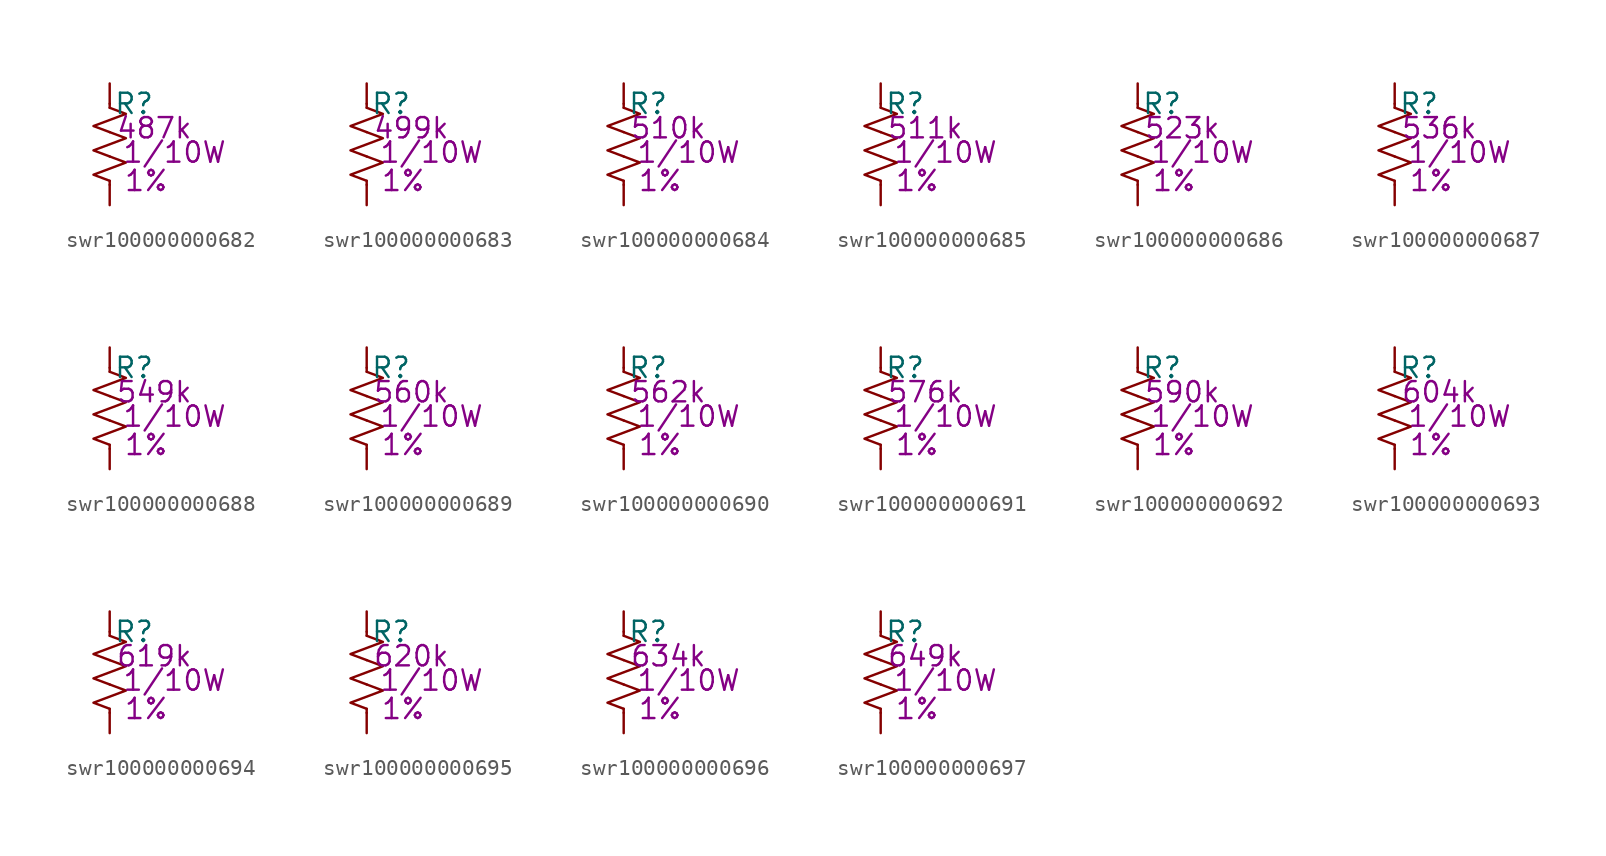
<source format=kicad_sym>
(kicad_symbol_lib
  (version 20211014)
  (generator kicad_symbol_editor)
  (symbol "swr100000000682"
    (pin_numbers hide)
    (pin_names
      (offset 1.016))
    (property "Reference" "R"
      (at 1.524 2.54 0)
      (effects (font (size 1.27 1.27))))
    (property "Tolerance" "1%"
      (at 2.286 -2.286 0)
      (effects (font (size 1.27 1.27))))
    (property "Wattage" "1/10W"
      (at 4.064 -0.508 0)
      (effects (font (size 1.27 1.27))))
    (property "PartValue" "487k"
      (at 2.794 1.016 0)
      (effects (font (size 1.27 1.27))))
    (symbol "swr100000000682_1_1"
      (polyline (pts (xy 0 -2.286) (xy 0 -2.54)) (stroke (width 0) (type default) (color 0 0 0 0)) (fill (type none)))
      (polyline (pts (xy 0 2.286) (xy 0 2.54)) (stroke (width 0) (type default) (color 0 0 0 0)) (fill (type none)))
      (polyline (pts (xy 0 -0.762) (xy 1.016 -1.143) (xy 0 -1.524) (xy -1.016 -1.905) (xy 0 -2.286)) (stroke (width 0) (type default) (color 0 0 0 0)) (fill (type none)))
      (polyline (pts (xy 0 0.762) (xy 1.016 0.381) (xy 0 0) (xy -1.016 -0.381) (xy 0 -0.762)) (stroke (width 0) (type default) (color 0 0 0 0)) (fill (type none)))
      (polyline (pts (xy 0 2.286) (xy 1.016 1.905) (xy 0 1.524) (xy -1.016 1.143) (xy 0 0.762)) (stroke (width 0) (type default) (color 0 0 0 0)) (fill (type none)))
      (pin passive line (at 0 3.81 270) (length 1.27) (name "~" (effects (font (size 1.27 1.27)))) (number "1" (effects (font (size 1.27 1.27)))))
      (pin passive line (at 0 -3.81 90) (length 1.27) (name "~" (effects (font (size 1.27 1.27)))) (number "2" (effects (font (size 1.27 1.27)))))))
  (symbol "swr100000000683"
    (pin_numbers hide)
    (pin_names
      (offset 1.016))
    (property "Reference" "R"
      (at 1.524 2.54 0)
      (effects (font (size 1.27 1.27))))
    (property "Tolerance" "1%"
      (at 2.286 -2.286 0)
      (effects (font (size 1.27 1.27))))
    (property "Wattage" "1/10W"
      (at 4.064 -0.508 0)
      (effects (font (size 1.27 1.27))))
    (property "PartValue" "499k"
      (at 2.794 1.016 0)
      (effects (font (size 1.27 1.27))))
    (symbol "swr100000000683_1_1"
      (polyline (pts (xy 0 -2.286) (xy 0 -2.54)) (stroke (width 0) (type default) (color 0 0 0 0)) (fill (type none)))
      (polyline (pts (xy 0 2.286) (xy 0 2.54)) (stroke (width 0) (type default) (color 0 0 0 0)) (fill (type none)))
      (polyline (pts (xy 0 -0.762) (xy 1.016 -1.143) (xy 0 -1.524) (xy -1.016 -1.905) (xy 0 -2.286)) (stroke (width 0) (type default) (color 0 0 0 0)) (fill (type none)))
      (polyline (pts (xy 0 0.762) (xy 1.016 0.381) (xy 0 0) (xy -1.016 -0.381) (xy 0 -0.762)) (stroke (width 0) (type default) (color 0 0 0 0)) (fill (type none)))
      (polyline (pts (xy 0 2.286) (xy 1.016 1.905) (xy 0 1.524) (xy -1.016 1.143) (xy 0 0.762)) (stroke (width 0) (type default) (color 0 0 0 0)) (fill (type none)))
      (pin passive line (at 0 3.81 270) (length 1.27) (name "~" (effects (font (size 1.27 1.27)))) (number "1" (effects (font (size 1.27 1.27)))))
      (pin passive line (at 0 -3.81 90) (length 1.27) (name "~" (effects (font (size 1.27 1.27)))) (number "2" (effects (font (size 1.27 1.27)))))))
  (symbol "swr100000000684"
    (pin_numbers hide)
    (pin_names
      (offset 1.016))
    (property "Reference" "R"
      (at 1.524 2.54 0)
      (effects (font (size 1.27 1.27))))
    (property "Tolerance" "1%"
      (at 2.286 -2.286 0)
      (effects (font (size 1.27 1.27))))
    (property "Wattage" "1/10W"
      (at 4.064 -0.508 0)
      (effects (font (size 1.27 1.27))))
    (property "PartValue" "510k"
      (at 2.794 1.016 0)
      (effects (font (size 1.27 1.27))))
    (symbol "swr100000000684_1_1"
      (polyline (pts (xy 0 -2.286) (xy 0 -2.54)) (stroke (width 0) (type default) (color 0 0 0 0)) (fill (type none)))
      (polyline (pts (xy 0 2.286) (xy 0 2.54)) (stroke (width 0) (type default) (color 0 0 0 0)) (fill (type none)))
      (polyline (pts (xy 0 -0.762) (xy 1.016 -1.143) (xy 0 -1.524) (xy -1.016 -1.905) (xy 0 -2.286)) (stroke (width 0) (type default) (color 0 0 0 0)) (fill (type none)))
      (polyline (pts (xy 0 0.762) (xy 1.016 0.381) (xy 0 0) (xy -1.016 -0.381) (xy 0 -0.762)) (stroke (width 0) (type default) (color 0 0 0 0)) (fill (type none)))
      (polyline (pts (xy 0 2.286) (xy 1.016 1.905) (xy 0 1.524) (xy -1.016 1.143) (xy 0 0.762)) (stroke (width 0) (type default) (color 0 0 0 0)) (fill (type none)))
      (pin passive line (at 0 3.81 270) (length 1.27) (name "~" (effects (font (size 1.27 1.27)))) (number "1" (effects (font (size 1.27 1.27)))))
      (pin passive line (at 0 -3.81 90) (length 1.27) (name "~" (effects (font (size 1.27 1.27)))) (number "2" (effects (font (size 1.27 1.27)))))))
  (symbol "swr100000000685"
    (pin_numbers hide)
    (pin_names
      (offset 1.016))
    (property "Reference" "R"
      (at 1.524 2.54 0)
      (effects (font (size 1.27 1.27))))
    (property "Tolerance" "1%"
      (at 2.286 -2.286 0)
      (effects (font (size 1.27 1.27))))
    (property "Wattage" "1/10W"
      (at 4.064 -0.508 0)
      (effects (font (size 1.27 1.27))))
    (property "PartValue" "511k"
      (at 2.794 1.016 0)
      (effects (font (size 1.27 1.27))))
    (symbol "swr100000000685_1_1"
      (polyline (pts (xy 0 -2.286) (xy 0 -2.54)) (stroke (width 0) (type default) (color 0 0 0 0)) (fill (type none)))
      (polyline (pts (xy 0 2.286) (xy 0 2.54)) (stroke (width 0) (type default) (color 0 0 0 0)) (fill (type none)))
      (polyline (pts (xy 0 -0.762) (xy 1.016 -1.143) (xy 0 -1.524) (xy -1.016 -1.905) (xy 0 -2.286)) (stroke (width 0) (type default) (color 0 0 0 0)) (fill (type none)))
      (polyline (pts (xy 0 0.762) (xy 1.016 0.381) (xy 0 0) (xy -1.016 -0.381) (xy 0 -0.762)) (stroke (width 0) (type default) (color 0 0 0 0)) (fill (type none)))
      (polyline (pts (xy 0 2.286) (xy 1.016 1.905) (xy 0 1.524) (xy -1.016 1.143) (xy 0 0.762)) (stroke (width 0) (type default) (color 0 0 0 0)) (fill (type none)))
      (pin passive line (at 0 3.81 270) (length 1.27) (name "~" (effects (font (size 1.27 1.27)))) (number "1" (effects (font (size 1.27 1.27)))))
      (pin passive line (at 0 -3.81 90) (length 1.27) (name "~" (effects (font (size 1.27 1.27)))) (number "2" (effects (font (size 1.27 1.27)))))))
  (symbol "swr100000000686"
    (pin_numbers hide)
    (pin_names
      (offset 1.016))
    (property "Reference" "R"
      (at 1.524 2.54 0)
      (effects (font (size 1.27 1.27))))
    (property "Tolerance" "1%"
      (at 2.286 -2.286 0)
      (effects (font (size 1.27 1.27))))
    (property "Wattage" "1/10W"
      (at 4.064 -0.508 0)
      (effects (font (size 1.27 1.27))))
    (property "PartValue" "523k"
      (at 2.794 1.016 0)
      (effects (font (size 1.27 1.27))))
    (symbol "swr100000000686_1_1"
      (polyline (pts (xy 0 -2.286) (xy 0 -2.54)) (stroke (width 0) (type default) (color 0 0 0 0)) (fill (type none)))
      (polyline (pts (xy 0 2.286) (xy 0 2.54)) (stroke (width 0) (type default) (color 0 0 0 0)) (fill (type none)))
      (polyline (pts (xy 0 -0.762) (xy 1.016 -1.143) (xy 0 -1.524) (xy -1.016 -1.905) (xy 0 -2.286)) (stroke (width 0) (type default) (color 0 0 0 0)) (fill (type none)))
      (polyline (pts (xy 0 0.762) (xy 1.016 0.381) (xy 0 0) (xy -1.016 -0.381) (xy 0 -0.762)) (stroke (width 0) (type default) (color 0 0 0 0)) (fill (type none)))
      (polyline (pts (xy 0 2.286) (xy 1.016 1.905) (xy 0 1.524) (xy -1.016 1.143) (xy 0 0.762)) (stroke (width 0) (type default) (color 0 0 0 0)) (fill (type none)))
      (pin passive line (at 0 3.81 270) (length 1.27) (name "~" (effects (font (size 1.27 1.27)))) (number "1" (effects (font (size 1.27 1.27)))))
      (pin passive line (at 0 -3.81 90) (length 1.27) (name "~" (effects (font (size 1.27 1.27)))) (number "2" (effects (font (size 1.27 1.27)))))))
  (symbol "swr100000000687"
    (pin_numbers hide)
    (pin_names
      (offset 1.016))
    (property "Reference" "R"
      (at 1.524 2.54 0)
      (effects (font (size 1.27 1.27))))
    (property "Tolerance" "1%"
      (at 2.286 -2.286 0)
      (effects (font (size 1.27 1.27))))
    (property "Wattage" "1/10W"
      (at 4.064 -0.508 0)
      (effects (font (size 1.27 1.27))))
    (property "PartValue" "536k"
      (at 2.794 1.016 0)
      (effects (font (size 1.27 1.27))))
    (symbol "swr100000000687_1_1"
      (polyline (pts (xy 0 -2.286) (xy 0 -2.54)) (stroke (width 0) (type default) (color 0 0 0 0)) (fill (type none)))
      (polyline (pts (xy 0 2.286) (xy 0 2.54)) (stroke (width 0) (type default) (color 0 0 0 0)) (fill (type none)))
      (polyline (pts (xy 0 -0.762) (xy 1.016 -1.143) (xy 0 -1.524) (xy -1.016 -1.905) (xy 0 -2.286)) (stroke (width 0) (type default) (color 0 0 0 0)) (fill (type none)))
      (polyline (pts (xy 0 0.762) (xy 1.016 0.381) (xy 0 0) (xy -1.016 -0.381) (xy 0 -0.762)) (stroke (width 0) (type default) (color 0 0 0 0)) (fill (type none)))
      (polyline (pts (xy 0 2.286) (xy 1.016 1.905) (xy 0 1.524) (xy -1.016 1.143) (xy 0 0.762)) (stroke (width 0) (type default) (color 0 0 0 0)) (fill (type none)))
      (pin passive line (at 0 3.81 270) (length 1.27) (name "~" (effects (font (size 1.27 1.27)))) (number "1" (effects (font (size 1.27 1.27)))))
      (pin passive line (at 0 -3.81 90) (length 1.27) (name "~" (effects (font (size 1.27 1.27)))) (number "2" (effects (font (size 1.27 1.27)))))))
  (symbol "swr100000000688"
    (pin_numbers hide)
    (pin_names
      (offset 1.016))
    (property "Reference" "R"
      (at 1.524 2.54 0)
      (effects (font (size 1.27 1.27))))
    (property "Tolerance" "1%"
      (at 2.286 -2.286 0)
      (effects (font (size 1.27 1.27))))
    (property "Wattage" "1/10W"
      (at 4.064 -0.508 0)
      (effects (font (size 1.27 1.27))))
    (property "PartValue" "549k"
      (at 2.794 1.016 0)
      (effects (font (size 1.27 1.27))))
    (symbol "swr100000000688_1_1"
      (polyline (pts (xy 0 -2.286) (xy 0 -2.54)) (stroke (width 0) (type default) (color 0 0 0 0)) (fill (type none)))
      (polyline (pts (xy 0 2.286) (xy 0 2.54)) (stroke (width 0) (type default) (color 0 0 0 0)) (fill (type none)))
      (polyline (pts (xy 0 -0.762) (xy 1.016 -1.143) (xy 0 -1.524) (xy -1.016 -1.905) (xy 0 -2.286)) (stroke (width 0) (type default) (color 0 0 0 0)) (fill (type none)))
      (polyline (pts (xy 0 0.762) (xy 1.016 0.381) (xy 0 0) (xy -1.016 -0.381) (xy 0 -0.762)) (stroke (width 0) (type default) (color 0 0 0 0)) (fill (type none)))
      (polyline (pts (xy 0 2.286) (xy 1.016 1.905) (xy 0 1.524) (xy -1.016 1.143) (xy 0 0.762)) (stroke (width 0) (type default) (color 0 0 0 0)) (fill (type none)))
      (pin passive line (at 0 3.81 270) (length 1.27) (name "~" (effects (font (size 1.27 1.27)))) (number "1" (effects (font (size 1.27 1.27)))))
      (pin passive line (at 0 -3.81 90) (length 1.27) (name "~" (effects (font (size 1.27 1.27)))) (number "2" (effects (font (size 1.27 1.27)))))))
  (symbol "swr100000000689"
    (pin_numbers hide)
    (pin_names
      (offset 1.016))
    (property "Reference" "R"
      (at 1.524 2.54 0)
      (effects (font (size 1.27 1.27))))
    (property "Tolerance" "1%"
      (at 2.286 -2.286 0)
      (effects (font (size 1.27 1.27))))
    (property "Wattage" "1/10W"
      (at 4.064 -0.508 0)
      (effects (font (size 1.27 1.27))))
    (property "PartValue" "560k"
      (at 2.794 1.016 0)
      (effects (font (size 1.27 1.27))))
    (symbol "swr100000000689_1_1"
      (polyline (pts (xy 0 -2.286) (xy 0 -2.54)) (stroke (width 0) (type default) (color 0 0 0 0)) (fill (type none)))
      (polyline (pts (xy 0 2.286) (xy 0 2.54)) (stroke (width 0) (type default) (color 0 0 0 0)) (fill (type none)))
      (polyline (pts (xy 0 -0.762) (xy 1.016 -1.143) (xy 0 -1.524) (xy -1.016 -1.905) (xy 0 -2.286)) (stroke (width 0) (type default) (color 0 0 0 0)) (fill (type none)))
      (polyline (pts (xy 0 0.762) (xy 1.016 0.381) (xy 0 0) (xy -1.016 -0.381) (xy 0 -0.762)) (stroke (width 0) (type default) (color 0 0 0 0)) (fill (type none)))
      (polyline (pts (xy 0 2.286) (xy 1.016 1.905) (xy 0 1.524) (xy -1.016 1.143) (xy 0 0.762)) (stroke (width 0) (type default) (color 0 0 0 0)) (fill (type none)))
      (pin passive line (at 0 3.81 270) (length 1.27) (name "~" (effects (font (size 1.27 1.27)))) (number "1" (effects (font (size 1.27 1.27)))))
      (pin passive line (at 0 -3.81 90) (length 1.27) (name "~" (effects (font (size 1.27 1.27)))) (number "2" (effects (font (size 1.27 1.27)))))))
  (symbol "swr100000000690"
    (pin_numbers hide)
    (pin_names
      (offset 1.016))
    (property "Reference" "R"
      (at 1.524 2.54 0)
      (effects (font (size 1.27 1.27))))
    (property "Tolerance" "1%"
      (at 2.286 -2.286 0)
      (effects (font (size 1.27 1.27))))
    (property "Wattage" "1/10W"
      (at 4.064 -0.508 0)
      (effects (font (size 1.27 1.27))))
    (property "PartValue" "562k"
      (at 2.794 1.016 0)
      (effects (font (size 1.27 1.27))))
    (symbol "swr100000000690_1_1"
      (polyline (pts (xy 0 -2.286) (xy 0 -2.54)) (stroke (width 0) (type default) (color 0 0 0 0)) (fill (type none)))
      (polyline (pts (xy 0 2.286) (xy 0 2.54)) (stroke (width 0) (type default) (color 0 0 0 0)) (fill (type none)))
      (polyline (pts (xy 0 -0.762) (xy 1.016 -1.143) (xy 0 -1.524) (xy -1.016 -1.905) (xy 0 -2.286)) (stroke (width 0) (type default) (color 0 0 0 0)) (fill (type none)))
      (polyline (pts (xy 0 0.762) (xy 1.016 0.381) (xy 0 0) (xy -1.016 -0.381) (xy 0 -0.762)) (stroke (width 0) (type default) (color 0 0 0 0)) (fill (type none)))
      (polyline (pts (xy 0 2.286) (xy 1.016 1.905) (xy 0 1.524) (xy -1.016 1.143) (xy 0 0.762)) (stroke (width 0) (type default) (color 0 0 0 0)) (fill (type none)))
      (pin passive line (at 0 3.81 270) (length 1.27) (name "~" (effects (font (size 1.27 1.27)))) (number "1" (effects (font (size 1.27 1.27)))))
      (pin passive line (at 0 -3.81 90) (length 1.27) (name "~" (effects (font (size 1.27 1.27)))) (number "2" (effects (font (size 1.27 1.27)))))))
  (symbol "swr100000000691"
    (pin_numbers hide)
    (pin_names
      (offset 1.016))
    (property "Reference" "R"
      (at 1.524 2.54 0)
      (effects (font (size 1.27 1.27))))
    (property "Tolerance" "1%"
      (at 2.286 -2.286 0)
      (effects (font (size 1.27 1.27))))
    (property "Wattage" "1/10W"
      (at 4.064 -0.508 0)
      (effects (font (size 1.27 1.27))))
    (property "PartValue" "576k"
      (at 2.794 1.016 0)
      (effects (font (size 1.27 1.27))))
    (symbol "swr100000000691_1_1"
      (polyline (pts (xy 0 -2.286) (xy 0 -2.54)) (stroke (width 0) (type default) (color 0 0 0 0)) (fill (type none)))
      (polyline (pts (xy 0 2.286) (xy 0 2.54)) (stroke (width 0) (type default) (color 0 0 0 0)) (fill (type none)))
      (polyline (pts (xy 0 -0.762) (xy 1.016 -1.143) (xy 0 -1.524) (xy -1.016 -1.905) (xy 0 -2.286)) (stroke (width 0) (type default) (color 0 0 0 0)) (fill (type none)))
      (polyline (pts (xy 0 0.762) (xy 1.016 0.381) (xy 0 0) (xy -1.016 -0.381) (xy 0 -0.762)) (stroke (width 0) (type default) (color 0 0 0 0)) (fill (type none)))
      (polyline (pts (xy 0 2.286) (xy 1.016 1.905) (xy 0 1.524) (xy -1.016 1.143) (xy 0 0.762)) (stroke (width 0) (type default) (color 0 0 0 0)) (fill (type none)))
      (pin passive line (at 0 3.81 270) (length 1.27) (name "~" (effects (font (size 1.27 1.27)))) (number "1" (effects (font (size 1.27 1.27)))))
      (pin passive line (at 0 -3.81 90) (length 1.27) (name "~" (effects (font (size 1.27 1.27)))) (number "2" (effects (font (size 1.27 1.27)))))))
  (symbol "swr100000000692"
    (pin_numbers hide)
    (pin_names
      (offset 1.016))
    (property "Reference" "R"
      (at 1.524 2.54 0)
      (effects (font (size 1.27 1.27))))
    (property "Tolerance" "1%"
      (at 2.286 -2.286 0)
      (effects (font (size 1.27 1.27))))
    (property "Wattage" "1/10W"
      (at 4.064 -0.508 0)
      (effects (font (size 1.27 1.27))))
    (property "PartValue" "590k"
      (at 2.794 1.016 0)
      (effects (font (size 1.27 1.27))))
    (symbol "swr100000000692_1_1"
      (polyline (pts (xy 0 -2.286) (xy 0 -2.54)) (stroke (width 0) (type default) (color 0 0 0 0)) (fill (type none)))
      (polyline (pts (xy 0 2.286) (xy 0 2.54)) (stroke (width 0) (type default) (color 0 0 0 0)) (fill (type none)))
      (polyline (pts (xy 0 -0.762) (xy 1.016 -1.143) (xy 0 -1.524) (xy -1.016 -1.905) (xy 0 -2.286)) (stroke (width 0) (type default) (color 0 0 0 0)) (fill (type none)))
      (polyline (pts (xy 0 0.762) (xy 1.016 0.381) (xy 0 0) (xy -1.016 -0.381) (xy 0 -0.762)) (stroke (width 0) (type default) (color 0 0 0 0)) (fill (type none)))
      (polyline (pts (xy 0 2.286) (xy 1.016 1.905) (xy 0 1.524) (xy -1.016 1.143) (xy 0 0.762)) (stroke (width 0) (type default) (color 0 0 0 0)) (fill (type none)))
      (pin passive line (at 0 3.81 270) (length 1.27) (name "~" (effects (font (size 1.27 1.27)))) (number "1" (effects (font (size 1.27 1.27)))))
      (pin passive line (at 0 -3.81 90) (length 1.27) (name "~" (effects (font (size 1.27 1.27)))) (number "2" (effects (font (size 1.27 1.27)))))))
  (symbol "swr100000000693"
    (pin_numbers hide)
    (pin_names
      (offset 1.016))
    (property "Reference" "R"
      (at 1.524 2.54 0)
      (effects (font (size 1.27 1.27))))
    (property "Tolerance" "1%"
      (at 2.286 -2.286 0)
      (effects (font (size 1.27 1.27))))
    (property "Wattage" "1/10W"
      (at 4.064 -0.508 0)
      (effects (font (size 1.27 1.27))))
    (property "PartValue" "604k"
      (at 2.794 1.016 0)
      (effects (font (size 1.27 1.27))))
    (symbol "swr100000000693_1_1"
      (polyline (pts (xy 0 -2.286) (xy 0 -2.54)) (stroke (width 0) (type default) (color 0 0 0 0)) (fill (type none)))
      (polyline (pts (xy 0 2.286) (xy 0 2.54)) (stroke (width 0) (type default) (color 0 0 0 0)) (fill (type none)))
      (polyline (pts (xy 0 -0.762) (xy 1.016 -1.143) (xy 0 -1.524) (xy -1.016 -1.905) (xy 0 -2.286)) (stroke (width 0) (type default) (color 0 0 0 0)) (fill (type none)))
      (polyline (pts (xy 0 0.762) (xy 1.016 0.381) (xy 0 0) (xy -1.016 -0.381) (xy 0 -0.762)) (stroke (width 0) (type default) (color 0 0 0 0)) (fill (type none)))
      (polyline (pts (xy 0 2.286) (xy 1.016 1.905) (xy 0 1.524) (xy -1.016 1.143) (xy 0 0.762)) (stroke (width 0) (type default) (color 0 0 0 0)) (fill (type none)))
      (pin passive line (at 0 3.81 270) (length 1.27) (name "~" (effects (font (size 1.27 1.27)))) (number "1" (effects (font (size 1.27 1.27)))))
      (pin passive line (at 0 -3.81 90) (length 1.27) (name "~" (effects (font (size 1.27 1.27)))) (number "2" (effects (font (size 1.27 1.27)))))))
  (symbol "swr100000000694"
    (pin_numbers hide)
    (pin_names
      (offset 1.016))
    (property "Reference" "R"
      (at 1.524 2.54 0)
      (effects (font (size 1.27 1.27))))
    (property "Tolerance" "1%"
      (at 2.286 -2.286 0)
      (effects (font (size 1.27 1.27))))
    (property "Wattage" "1/10W"
      (at 4.064 -0.508 0)
      (effects (font (size 1.27 1.27))))
    (property "PartValue" "619k"
      (at 2.794 1.016 0)
      (effects (font (size 1.27 1.27))))
    (symbol "swr100000000694_1_1"
      (polyline (pts (xy 0 -2.286) (xy 0 -2.54)) (stroke (width 0) (type default) (color 0 0 0 0)) (fill (type none)))
      (polyline (pts (xy 0 2.286) (xy 0 2.54)) (stroke (width 0) (type default) (color 0 0 0 0)) (fill (type none)))
      (polyline (pts (xy 0 -0.762) (xy 1.016 -1.143) (xy 0 -1.524) (xy -1.016 -1.905) (xy 0 -2.286)) (stroke (width 0) (type default) (color 0 0 0 0)) (fill (type none)))
      (polyline (pts (xy 0 0.762) (xy 1.016 0.381) (xy 0 0) (xy -1.016 -0.381) (xy 0 -0.762)) (stroke (width 0) (type default) (color 0 0 0 0)) (fill (type none)))
      (polyline (pts (xy 0 2.286) (xy 1.016 1.905) (xy 0 1.524) (xy -1.016 1.143) (xy 0 0.762)) (stroke (width 0) (type default) (color 0 0 0 0)) (fill (type none)))
      (pin passive line (at 0 3.81 270) (length 1.27) (name "~" (effects (font (size 1.27 1.27)))) (number "1" (effects (font (size 1.27 1.27)))))
      (pin passive line (at 0 -3.81 90) (length 1.27) (name "~" (effects (font (size 1.27 1.27)))) (number "2" (effects (font (size 1.27 1.27)))))))
  (symbol "swr100000000695"
    (pin_numbers hide)
    (pin_names
      (offset 1.016))
    (property "Reference" "R"
      (at 1.524 2.54 0)
      (effects (font (size 1.27 1.27))))
    (property "Tolerance" "1%"
      (at 2.286 -2.286 0)
      (effects (font (size 1.27 1.27))))
    (property "Wattage" "1/10W"
      (at 4.064 -0.508 0)
      (effects (font (size 1.27 1.27))))
    (property "PartValue" "620k"
      (at 2.794 1.016 0)
      (effects (font (size 1.27 1.27))))
    (symbol "swr100000000695_1_1"
      (polyline (pts (xy 0 -2.286) (xy 0 -2.54)) (stroke (width 0) (type default) (color 0 0 0 0)) (fill (type none)))
      (polyline (pts (xy 0 2.286) (xy 0 2.54)) (stroke (width 0) (type default) (color 0 0 0 0)) (fill (type none)))
      (polyline (pts (xy 0 -0.762) (xy 1.016 -1.143) (xy 0 -1.524) (xy -1.016 -1.905) (xy 0 -2.286)) (stroke (width 0) (type default) (color 0 0 0 0)) (fill (type none)))
      (polyline (pts (xy 0 0.762) (xy 1.016 0.381) (xy 0 0) (xy -1.016 -0.381) (xy 0 -0.762)) (stroke (width 0) (type default) (color 0 0 0 0)) (fill (type none)))
      (polyline (pts (xy 0 2.286) (xy 1.016 1.905) (xy 0 1.524) (xy -1.016 1.143) (xy 0 0.762)) (stroke (width 0) (type default) (color 0 0 0 0)) (fill (type none)))
      (pin passive line (at 0 3.81 270) (length 1.27) (name "~" (effects (font (size 1.27 1.27)))) (number "1" (effects (font (size 1.27 1.27)))))
      (pin passive line (at 0 -3.81 90) (length 1.27) (name "~" (effects (font (size 1.27 1.27)))) (number "2" (effects (font (size 1.27 1.27)))))))
  (symbol "swr100000000696"
    (pin_numbers hide)
    (pin_names
      (offset 1.016))
    (property "Reference" "R"
      (at 1.524 2.54 0)
      (effects (font (size 1.27 1.27))))
    (property "Tolerance" "1%"
      (at 2.286 -2.286 0)
      (effects (font (size 1.27 1.27))))
    (property "Wattage" "1/10W"
      (at 4.064 -0.508 0)
      (effects (font (size 1.27 1.27))))
    (property "PartValue" "634k"
      (at 2.794 1.016 0)
      (effects (font (size 1.27 1.27))))
    (symbol "swr100000000696_1_1"
      (polyline (pts (xy 0 -2.286) (xy 0 -2.54)) (stroke (width 0) (type default) (color 0 0 0 0)) (fill (type none)))
      (polyline (pts (xy 0 2.286) (xy 0 2.54)) (stroke (width 0) (type default) (color 0 0 0 0)) (fill (type none)))
      (polyline (pts (xy 0 -0.762) (xy 1.016 -1.143) (xy 0 -1.524) (xy -1.016 -1.905) (xy 0 -2.286)) (stroke (width 0) (type default) (color 0 0 0 0)) (fill (type none)))
      (polyline (pts (xy 0 0.762) (xy 1.016 0.381) (xy 0 0) (xy -1.016 -0.381) (xy 0 -0.762)) (stroke (width 0) (type default) (color 0 0 0 0)) (fill (type none)))
      (polyline (pts (xy 0 2.286) (xy 1.016 1.905) (xy 0 1.524) (xy -1.016 1.143) (xy 0 0.762)) (stroke (width 0) (type default) (color 0 0 0 0)) (fill (type none)))
      (pin passive line (at 0 3.81 270) (length 1.27) (name "~" (effects (font (size 1.27 1.27)))) (number "1" (effects (font (size 1.27 1.27)))))
      (pin passive line (at 0 -3.81 90) (length 1.27) (name "~" (effects (font (size 1.27 1.27)))) (number "2" (effects (font (size 1.27 1.27)))))))
  (symbol "swr100000000697"
    (pin_numbers hide)
    (pin_names
      (offset 1.016))
    (property "Reference" "R"
      (at 1.524 2.54 0)
      (effects (font (size 1.27 1.27))))
    (property "Tolerance" "1%"
      (at 2.286 -2.286 0)
      (effects (font (size 1.27 1.27))))
    (property "Wattage" "1/10W"
      (at 4.064 -0.508 0)
      (effects (font (size 1.27 1.27))))
    (property "PartValue" "649k"
      (at 2.794 1.016 0)
      (effects (font (size 1.27 1.27))))
    (symbol "swr100000000697_1_1"
      (polyline (pts (xy 0 -2.286) (xy 0 -2.54)) (stroke (width 0) (type default) (color 0 0 0 0)) (fill (type none)))
      (polyline (pts (xy 0 2.286) (xy 0 2.54)) (stroke (width 0) (type default) (color 0 0 0 0)) (fill (type none)))
      (polyline (pts (xy 0 -0.762) (xy 1.016 -1.143) (xy 0 -1.524) (xy -1.016 -1.905) (xy 0 -2.286)) (stroke (width 0) (type default) (color 0 0 0 0)) (fill (type none)))
      (polyline (pts (xy 0 0.762) (xy 1.016 0.381) (xy 0 0) (xy -1.016 -0.381) (xy 0 -0.762)) (stroke (width 0) (type default) (color 0 0 0 0)) (fill (type none)))
      (polyline (pts (xy 0 2.286) (xy 1.016 1.905) (xy 0 1.524) (xy -1.016 1.143) (xy 0 0.762)) (stroke (width 0) (type default) (color 0 0 0 0)) (fill (type none)))
      (pin passive line (at 0 3.81 270) (length 1.27) (name "~" (effects (font (size 1.27 1.27)))) (number "1" (effects (font (size 1.27 1.27)))))
      (pin passive line (at 0 -3.81 90) (length 1.27) (name "~" (effects (font (size 1.27 1.27)))) (number "2" (effects (font (size 1.27 1.27))))))))
</source>
